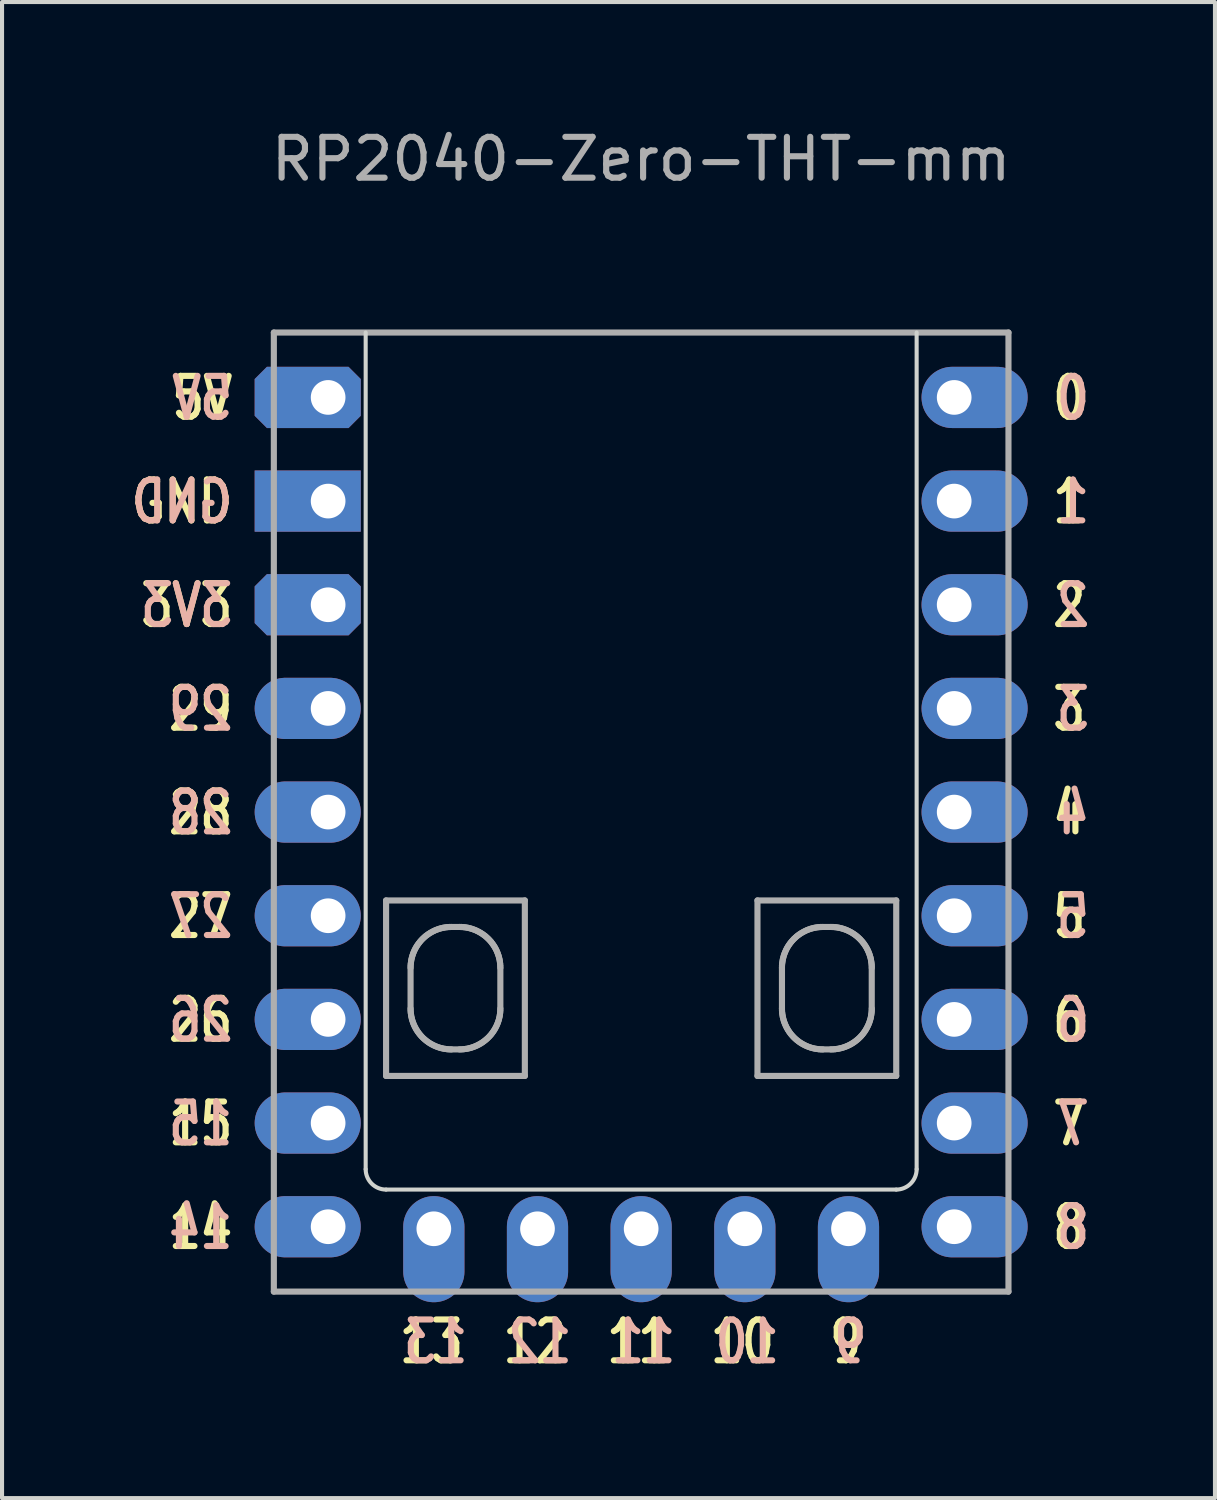
<source format=kicad_pcb>
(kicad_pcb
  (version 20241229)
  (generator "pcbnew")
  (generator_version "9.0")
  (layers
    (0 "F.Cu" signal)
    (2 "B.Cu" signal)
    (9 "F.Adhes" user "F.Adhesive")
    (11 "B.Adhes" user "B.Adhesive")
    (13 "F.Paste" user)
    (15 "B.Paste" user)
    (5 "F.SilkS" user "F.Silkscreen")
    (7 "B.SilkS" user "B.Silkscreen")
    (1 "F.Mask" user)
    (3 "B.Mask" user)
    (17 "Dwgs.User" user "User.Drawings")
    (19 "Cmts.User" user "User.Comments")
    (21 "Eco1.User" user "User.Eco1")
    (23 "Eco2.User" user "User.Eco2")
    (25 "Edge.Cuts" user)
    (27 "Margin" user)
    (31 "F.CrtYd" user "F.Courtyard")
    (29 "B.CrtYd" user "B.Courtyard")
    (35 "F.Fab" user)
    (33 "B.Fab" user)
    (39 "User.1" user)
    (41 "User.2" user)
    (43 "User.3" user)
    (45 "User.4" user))
  (footprint "RP2040-Zero-THT-mm"
    (layer "F.Cu")
    (at 12.66 16.848)
    (property "Reference" "RP2040-Zero-THT-mm" (at 0 -16 0) (layer "F.Fab") (effects (font (size 1 1) (thickness 0.15))))
    (attr through_hole exclude_from_pos_files)
    (fp_line (start -6.75 -11.75) (end -6.75 8.75) (stroke (width 0.1) (type solid)) (layer "Edge.Cuts"))
    (fp_line (start -6.25 9.25) (end 6.25 9.25) (stroke (width 0.1) (type solid)) (layer "Edge.Cuts"))
    (fp_line (start 6.75 8.75) (end 6.75 -11.75) (stroke (width 0.1) (type solid)) (layer "Edge.Cuts"))
    (fp_arc (start -6.25 9.25) (mid -6.603553 9.103553) (end -6.75 8.75) (stroke (width 0.1) (type default)) (layer "Edge.Cuts"))
    (fp_arc (start 6.75 8.75) (mid 6.603553 9.103553) (end 6.25 9.25) (stroke (width 0.1) (type default)) (layer "Edge.Cuts"))
    (fp_line (start -9 -11.75) (end 9 -11.75) (stroke (width 0.15) (type default)) (layer "F.Fab"))
    (fp_line (start -9 11.75) (end -9 -11.75) (stroke (width 0.15) (type default)) (layer "F.Fab"))
    (fp_line (start -9 11.75) (end 9 11.75) (stroke (width 0.15) (type default)) (layer "F.Fab"))
    (fp_line (start -6.25 2.165) (end -2.85 2.165) (stroke (width 0.15) (type default)) (layer "F.Fab"))
    (fp_line (start -6.25 6.465) (end -6.25 2.165) (stroke (width 0.15) (type default)) (layer "F.Fab"))
    (fp_line (start -5.65 3.815) (end -5.649 3.763) (stroke (width 0.15) (type default)) (layer "F.Fab"))
    (fp_line (start -5.65 4.815) (end -5.65 3.815) (stroke (width 0.15) (type default)) (layer "F.Fab"))
    (fp_line (start -5.649 3.763) (end -5.645 3.713) (stroke (width 0.15) (type default)) (layer "F.Fab"))
    (fp_line (start -5.649 4.866) (end -5.65 4.815) (stroke (width 0.15) (type default)) (layer "F.Fab"))
    (fp_line (start -5.645 3.713) (end -5.638 3.663) (stroke (width 0.15) (type default)) (layer "F.Fab"))
    (fp_line (start -5.645 4.917) (end -5.649 4.866) (stroke (width 0.15) (type default)) (layer "F.Fab"))
    (fp_line (start -5.638 3.663) (end -5.63 3.613) (stroke (width 0.15) (type default)) (layer "F.Fab"))
    (fp_line (start -5.638 4.967) (end -5.645 4.917) (stroke (width 0.15) (type default)) (layer "F.Fab"))
    (fp_line (start -5.63 3.613) (end -5.618 3.565) (stroke (width 0.15) (type default)) (layer "F.Fab"))
    (fp_line (start -5.63 5.016) (end -5.638 4.967) (stroke (width 0.15) (type default)) (layer "F.Fab"))
    (fp_line (start -5.618 3.565) (end -5.605 3.518) (stroke (width 0.15) (type default)) (layer "F.Fab"))
    (fp_line (start -5.618 5.065) (end -5.63 5.016) (stroke (width 0.15) (type default)) (layer "F.Fab"))
    (fp_line (start -5.605 3.518) (end -5.589 3.471) (stroke (width 0.15) (type default)) (layer "F.Fab"))
    (fp_line (start -5.605 5.112) (end -5.618 5.065) (stroke (width 0.15) (type default)) (layer "F.Fab"))
    (fp_line (start -5.589 3.471) (end -5.571 3.426) (stroke (width 0.15) (type default)) (layer "F.Fab"))
    (fp_line (start -5.589 5.159) (end -5.605 5.112) (stroke (width 0.15) (type default)) (layer "F.Fab"))
    (fp_line (start -5.571 3.426) (end -5.551 3.381) (stroke (width 0.15) (type default)) (layer "F.Fab"))
    (fp_line (start -5.571 5.204) (end -5.589 5.159) (stroke (width 0.15) (type default)) (layer "F.Fab"))
    (fp_line (start -5.551 3.381) (end -5.529 3.338) (stroke (width 0.15) (type default)) (layer "F.Fab"))
    (fp_line (start -5.551 5.248) (end -5.571 5.204) (stroke (width 0.15) (type default)) (layer "F.Fab"))
    (fp_line (start -5.529 3.338) (end -5.505 3.296) (stroke (width 0.15) (type default)) (layer "F.Fab"))
    (fp_line (start -5.529 5.291) (end -5.551 5.248) (stroke (width 0.15) (type default)) (layer "F.Fab"))
    (fp_line (start -5.505 3.296) (end -5.479 3.256) (stroke (width 0.15) (type default)) (layer "F.Fab"))
    (fp_line (start -5.505 5.333) (end -5.529 5.291) (stroke (width 0.15) (type default)) (layer "F.Fab"))
    (fp_line (start -5.479 3.256) (end -5.451 3.217) (stroke (width 0.15) (type default)) (layer "F.Fab"))
    (fp_line (start -5.479 5.374) (end -5.505 5.333) (stroke (width 0.15) (type default)) (layer "F.Fab"))
    (fp_line (start -5.451 3.217) (end -5.421 3.179) (stroke (width 0.15) (type default)) (layer "F.Fab"))
    (fp_line (start -5.451 5.413) (end -5.479 5.374) (stroke (width 0.15) (type default)) (layer "F.Fab"))
    (fp_line (start -5.421 3.179) (end -5.39 3.143) (stroke (width 0.15) (type default)) (layer "F.Fab"))
    (fp_line (start -5.421 5.451) (end -5.451 5.413) (stroke (width 0.15) (type default)) (layer "F.Fab"))
    (fp_line (start -5.39 3.143) (end -5.357 3.108) (stroke (width 0.15) (type default)) (layer "F.Fab"))
    (fp_line (start -5.39 5.487) (end -5.421 5.451) (stroke (width 0.15) (type default)) (layer "F.Fab"))
    (fp_line (start -5.357 3.108) (end -5.322 3.075) (stroke (width 0.15) (type default)) (layer "F.Fab"))
    (fp_line (start -5.357 5.522) (end -5.39 5.487) (stroke (width 0.15) (type default)) (layer "F.Fab"))
    (fp_line (start -5.322 3.075) (end -5.286 3.043) (stroke (width 0.15) (type default)) (layer "F.Fab"))
    (fp_line (start -5.322 5.555) (end -5.357 5.522) (stroke (width 0.15) (type default)) (layer "F.Fab"))
    (fp_line (start -5.286 3.043) (end -5.248 3.014) (stroke (width 0.15) (type default)) (layer "F.Fab"))
    (fp_line (start -5.286 5.586) (end -5.322 5.555) (stroke (width 0.15) (type default)) (layer "F.Fab"))
    (fp_line (start -5.248 3.014) (end -5.209 2.986) (stroke (width 0.15) (type default)) (layer "F.Fab"))
    (fp_line (start -5.248 5.616) (end -5.286 5.586) (stroke (width 0.15) (type default)) (layer "F.Fab"))
    (fp_line (start -5.209 2.986) (end -5.168 2.96) (stroke (width 0.15) (type default)) (layer "F.Fab"))
    (fp_line (start -5.209 5.644) (end -5.248 5.616) (stroke (width 0.15) (type default)) (layer "F.Fab"))
    (fp_line (start -5.168 2.96) (end -5.126 2.936) (stroke (width 0.15) (type default)) (layer "F.Fab"))
    (fp_line (start -5.168 5.67) (end -5.209 5.644) (stroke (width 0.15) (type default)) (layer "F.Fab"))
    (fp_line (start -5.126 2.936) (end -5.083 2.914) (stroke (width 0.15) (type default)) (layer "F.Fab"))
    (fp_line (start -5.126 5.694) (end -5.168 5.67) (stroke (width 0.15) (type default)) (layer "F.Fab"))
    (fp_line (start -5.083 2.914) (end -5.039 2.893) (stroke (width 0.15) (type default)) (layer "F.Fab"))
    (fp_line (start -5.083 5.716) (end -5.126 5.694) (stroke (width 0.15) (type default)) (layer "F.Fab"))
    (fp_line (start -5.039 2.893) (end -4.994 2.876) (stroke (width 0.15) (type default)) (layer "F.Fab"))
    (fp_line (start -5.039 5.736) (end -5.083 5.716) (stroke (width 0.15) (type default)) (layer "F.Fab"))
    (fp_line (start -4.994 2.876) (end -4.947 2.86) (stroke (width 0.15) (type default)) (layer "F.Fab"))
    (fp_line (start -4.994 5.754) (end -5.039 5.736) (stroke (width 0.15) (type default)) (layer "F.Fab"))
    (fp_line (start -4.947 2.86) (end -4.9 2.846) (stroke (width 0.15) (type default)) (layer "F.Fab"))
    (fp_line (start -4.947 5.77) (end -4.994 5.754) (stroke (width 0.15) (type default)) (layer "F.Fab"))
    (fp_line (start -4.9 2.846) (end -4.851 2.835) (stroke (width 0.15) (type default)) (layer "F.Fab"))
    (fp_line (start -4.9 5.783) (end -4.947 5.77) (stroke (width 0.15) (type default)) (layer "F.Fab"))
    (fp_line (start -4.851 2.835) (end -4.802 2.826) (stroke (width 0.15) (type default)) (layer "F.Fab"))
    (fp_line (start -4.851 5.795) (end -4.9 5.783) (stroke (width 0.15) (type default)) (layer "F.Fab"))
    (fp_line (start -4.802 2.826) (end -4.752 2.82) (stroke (width 0.15) (type default)) (layer "F.Fab"))
    (fp_line (start -4.802 5.803) (end -4.851 5.795) (stroke (width 0.15) (type default)) (layer "F.Fab"))
    (fp_line (start -4.752 2.82) (end -4.701 2.816) (stroke (width 0.15) (type default)) (layer "F.Fab"))
    (fp_line (start -4.752 5.81) (end -4.802 5.803) (stroke (width 0.15) (type default)) (layer "F.Fab"))
    (fp_line (start -4.701 2.816) (end -4.65 2.815) (stroke (width 0.15) (type default)) (layer "F.Fab"))
    (fp_line (start -4.701 5.814) (end -4.752 5.81) (stroke (width 0.15) (type default)) (layer "F.Fab"))
    (fp_line (start -4.65 2.815) (end -4.45 2.815) (stroke (width 0.15) (type default)) (layer "F.Fab"))
    (fp_line (start -4.65 5.815) (end -4.701 5.814) (stroke (width 0.15) (type default)) (layer "F.Fab"))
    (fp_line (start -4.45 2.815) (end -4.399 2.816) (stroke (width 0.15) (type default)) (layer "F.Fab"))
    (fp_line (start -4.45 5.815) (end -4.65 5.815) (stroke (width 0.15) (type default)) (layer "F.Fab"))
    (fp_line (start -4.399 2.816) (end -4.348 2.82) (stroke (width 0.15) (type default)) (layer "F.Fab"))
    (fp_line (start -4.399 5.814) (end -4.45 5.815) (stroke (width 0.15) (type default)) (layer "F.Fab"))
    (fp_line (start -4.348 2.82) (end -4.298 2.826) (stroke (width 0.15) (type default)) (layer "F.Fab"))
    (fp_line (start -4.348 5.81) (end -4.399 5.814) (stroke (width 0.15) (type default)) (layer "F.Fab"))
    (fp_line (start -4.298 2.826) (end -4.248 2.835) (stroke (width 0.15) (type default)) (layer "F.Fab"))
    (fp_line (start -4.298 5.803) (end -4.348 5.81) (stroke (width 0.15) (type default)) (layer "F.Fab"))
    (fp_line (start -4.248 2.835) (end -4.2 2.846) (stroke (width 0.15) (type default)) (layer "F.Fab"))
    (fp_line (start -4.248 5.795) (end -4.298 5.803) (stroke (width 0.15) (type default)) (layer "F.Fab"))
    (fp_line (start -4.2 2.846) (end -4.153 2.86) (stroke (width 0.15) (type default)) (layer "F.Fab"))
    (fp_line (start -4.2 5.783) (end -4.248 5.795) (stroke (width 0.15) (type default)) (layer "F.Fab"))
    (fp_line (start -4.153 2.86) (end -4.106 2.876) (stroke (width 0.15) (type default)) (layer "F.Fab"))
    (fp_line (start -4.153 5.77) (end -4.2 5.783) (stroke (width 0.15) (type default)) (layer "F.Fab"))
    (fp_line (start -4.106 2.876) (end -4.061 2.893) (stroke (width 0.15) (type default)) (layer "F.Fab"))
    (fp_line (start -4.106 5.754) (end -4.153 5.77) (stroke (width 0.15) (type default)) (layer "F.Fab"))
    (fp_line (start -4.061 2.893) (end -4.017 2.914) (stroke (width 0.15) (type default)) (layer "F.Fab"))
    (fp_line (start -4.061 5.736) (end -4.106 5.754) (stroke (width 0.15) (type default)) (layer "F.Fab"))
    (fp_line (start -4.017 2.914) (end -3.974 2.936) (stroke (width 0.15) (type default)) (layer "F.Fab"))
    (fp_line (start -4.017 5.716) (end -4.061 5.736) (stroke (width 0.15) (type default)) (layer "F.Fab"))
    (fp_line (start -3.974 2.936) (end -3.932 2.96) (stroke (width 0.15) (type default)) (layer "F.Fab"))
    (fp_line (start -3.974 5.694) (end -4.017 5.716) (stroke (width 0.15) (type default)) (layer "F.Fab"))
    (fp_line (start -3.932 2.96) (end -3.891 2.986) (stroke (width 0.15) (type default)) (layer "F.Fab"))
    (fp_line (start -3.932 5.67) (end -3.974 5.694) (stroke (width 0.15) (type default)) (layer "F.Fab"))
    (fp_line (start -3.891 2.986) (end -3.852 3.014) (stroke (width 0.15) (type default)) (layer "F.Fab"))
    (fp_line (start -3.891 5.644) (end -3.932 5.67) (stroke (width 0.15) (type default)) (layer "F.Fab"))
    (fp_line (start -3.852 3.014) (end -3.814 3.043) (stroke (width 0.15) (type default)) (layer "F.Fab"))
    (fp_line (start -3.852 5.616) (end -3.891 5.644) (stroke (width 0.15) (type default)) (layer "F.Fab"))
    (fp_line (start -3.814 3.043) (end -3.778 3.075) (stroke (width 0.15) (type default)) (layer "F.Fab"))
    (fp_line (start -3.814 5.586) (end -3.852 5.616) (stroke (width 0.15) (type default)) (layer "F.Fab"))
    (fp_line (start -3.778 3.075) (end -3.743 3.108) (stroke (width 0.15) (type default)) (layer "F.Fab"))
    (fp_line (start -3.778 5.555) (end -3.814 5.586) (stroke (width 0.15) (type default)) (layer "F.Fab"))
    (fp_line (start -3.743 3.108) (end -3.71 3.143) (stroke (width 0.15) (type default)) (layer "F.Fab"))
    (fp_line (start -3.743 5.522) (end -3.778 5.555) (stroke (width 0.15) (type default)) (layer "F.Fab"))
    (fp_line (start -3.71 3.143) (end -3.678 3.179) (stroke (width 0.15) (type default)) (layer "F.Fab"))
    (fp_line (start -3.71 5.487) (end -3.743 5.522) (stroke (width 0.15) (type default)) (layer "F.Fab"))
    (fp_line (start -3.678 3.179) (end -3.649 3.217) (stroke (width 0.15) (type default)) (layer "F.Fab"))
    (fp_line (start -3.678 5.451) (end -3.71 5.487) (stroke (width 0.15) (type default)) (layer "F.Fab"))
    (fp_line (start -3.649 3.217) (end -3.621 3.256) (stroke (width 0.15) (type default)) (layer "F.Fab"))
    (fp_line (start -3.649 5.413) (end -3.678 5.451) (stroke (width 0.15) (type default)) (layer "F.Fab"))
    (fp_line (start -3.621 3.256) (end -3.595 3.296) (stroke (width 0.15) (type default)) (layer "F.Fab"))
    (fp_line (start -3.621 5.374) (end -3.649 5.413) (stroke (width 0.15) (type default)) (layer "F.Fab"))
    (fp_line (start -3.595 3.296) (end -3.571 3.338) (stroke (width 0.15) (type default)) (layer "F.Fab"))
    (fp_line (start -3.595 5.333) (end -3.621 5.374) (stroke (width 0.15) (type default)) (layer "F.Fab"))
    (fp_line (start -3.571 3.338) (end -3.549 3.381) (stroke (width 0.15) (type default)) (layer "F.Fab"))
    (fp_line (start -3.571 5.291) (end -3.595 5.333) (stroke (width 0.15) (type default)) (layer "F.Fab"))
    (fp_line (start -3.549 3.381) (end -3.529 3.426) (stroke (width 0.15) (type default)) (layer "F.Fab"))
    (fp_line (start -3.549 5.248) (end -3.571 5.291) (stroke (width 0.15) (type default)) (layer "F.Fab"))
    (fp_line (start -3.529 3.426) (end -3.511 3.471) (stroke (width 0.15) (type default)) (layer "F.Fab"))
    (fp_line (start -3.529 5.204) (end -3.549 5.248) (stroke (width 0.15) (type default)) (layer "F.Fab"))
    (fp_line (start -3.511 3.471) (end -3.495 3.518) (stroke (width 0.15) (type default)) (layer "F.Fab"))
    (fp_line (start -3.511 5.159) (end -3.529 5.204) (stroke (width 0.15) (type default)) (layer "F.Fab"))
    (fp_line (start -3.495 3.518) (end -3.482 3.565) (stroke (width 0.15) (type default)) (layer "F.Fab"))
    (fp_line (start -3.495 5.112) (end -3.511 5.159) (stroke (width 0.15) (type default)) (layer "F.Fab"))
    (fp_line (start -3.482 3.565) (end -3.47 3.613) (stroke (width 0.15) (type default)) (layer "F.Fab"))
    (fp_line (start -3.482 5.065) (end -3.495 5.112) (stroke (width 0.15) (type default)) (layer "F.Fab"))
    (fp_line (start -3.47 3.613) (end -3.462 3.663) (stroke (width 0.15) (type default)) (layer "F.Fab"))
    (fp_line (start -3.47 5.016) (end -3.482 5.065) (stroke (width 0.15) (type default)) (layer "F.Fab"))
    (fp_line (start -3.462 3.663) (end -3.455 3.713) (stroke (width 0.15) (type default)) (layer "F.Fab"))
    (fp_line (start -3.462 4.967) (end -3.47 5.016) (stroke (width 0.15) (type default)) (layer "F.Fab"))
    (fp_line (start -3.455 3.713) (end -3.451 3.763) (stroke (width 0.15) (type default)) (layer "F.Fab"))
    (fp_line (start -3.455 4.917) (end -3.462 4.967) (stroke (width 0.15) (type default)) (layer "F.Fab"))
    (fp_line (start -3.451 3.763) (end -3.45 3.815) (stroke (width 0.15) (type default)) (layer "F.Fab"))
    (fp_line (start -3.451 4.866) (end -3.455 4.917) (stroke (width 0.15) (type default)) (layer "F.Fab"))
    (fp_line (start -3.45 3.815) (end -3.45 4.815) (stroke (width 0.15) (type default)) (layer "F.Fab"))
    (fp_line (start -3.45 4.815) (end -3.451 4.866) (stroke (width 0.15) (type default)) (layer "F.Fab"))
    (fp_line (start -2.85 2.165) (end -2.85 6.465) (stroke (width 0.15) (type default)) (layer "F.Fab"))
    (fp_line (start -2.85 6.465) (end -6.25 6.465) (stroke (width 0.15) (type default)) (layer "F.Fab"))
    (fp_line (start 2.85 2.165) (end 6.25 2.165) (stroke (width 0.15) (type default)) (layer "F.Fab"))
    (fp_line (start 2.85 6.465) (end 2.85 2.165) (stroke (width 0.15) (type default)) (layer "F.Fab"))
    (fp_line (start 3.45 3.815) (end 3.451 3.763) (stroke (width 0.15) (type default)) (layer "F.Fab"))
    (fp_line (start 3.45 4.815) (end 3.45 3.815) (stroke (width 0.15) (type default)) (layer "F.Fab"))
    (fp_line (start 3.451 3.763) (end 3.455 3.713) (stroke (width 0.15) (type default)) (layer "F.Fab"))
    (fp_line (start 3.451 4.866) (end 3.45 4.815) (stroke (width 0.15) (type default)) (layer "F.Fab"))
    (fp_line (start 3.455 3.713) (end 3.462 3.663) (stroke (width 0.15) (type default)) (layer "F.Fab"))
    (fp_line (start 3.455 4.917) (end 3.451 4.866) (stroke (width 0.15) (type default)) (layer "F.Fab"))
    (fp_line (start 3.462 3.663) (end 3.47 3.613) (stroke (width 0.15) (type default)) (layer "F.Fab"))
    (fp_line (start 3.462 4.967) (end 3.455 4.917) (stroke (width 0.15) (type default)) (layer "F.Fab"))
    (fp_line (start 3.47 3.613) (end 3.482 3.565) (stroke (width 0.15) (type default)) (layer "F.Fab"))
    (fp_line (start 3.47 5.016) (end 3.462 4.967) (stroke (width 0.15) (type default)) (layer "F.Fab"))
    (fp_line (start 3.482 3.565) (end 3.495 3.518) (stroke (width 0.15) (type default)) (layer "F.Fab"))
    (fp_line (start 3.482 5.065) (end 3.47 5.016) (stroke (width 0.15) (type default)) (layer "F.Fab"))
    (fp_line (start 3.495 3.518) (end 3.511 3.471) (stroke (width 0.15) (type default)) (layer "F.Fab"))
    (fp_line (start 3.495 5.112) (end 3.482 5.065) (stroke (width 0.15) (type default)) (layer "F.Fab"))
    (fp_line (start 3.511 3.471) (end 3.529 3.426) (stroke (width 0.15) (type default)) (layer "F.Fab"))
    (fp_line (start 3.511 5.159) (end 3.495 5.112) (stroke (width 0.15) (type default)) (layer "F.Fab"))
    (fp_line (start 3.529 3.426) (end 3.549 3.381) (stroke (width 0.15) (type default)) (layer "F.Fab"))
    (fp_line (start 3.529 5.204) (end 3.511 5.159) (stroke (width 0.15) (type default)) (layer "F.Fab"))
    (fp_line (start 3.549 3.381) (end 3.571 3.338) (stroke (width 0.15) (type default)) (layer "F.Fab"))
    (fp_line (start 3.549 5.248) (end 3.529 5.204) (stroke (width 0.15) (type default)) (layer "F.Fab"))
    (fp_line (start 3.571 3.338) (end 3.595 3.296) (stroke (width 0.15) (type default)) (layer "F.Fab"))
    (fp_line (start 3.571 5.291) (end 3.549 5.248) (stroke (width 0.15) (type default)) (layer "F.Fab"))
    (fp_line (start 3.595 3.296) (end 3.621 3.256) (stroke (width 0.15) (type default)) (layer "F.Fab"))
    (fp_line (start 3.595 5.333) (end 3.571 5.291) (stroke (width 0.15) (type default)) (layer "F.Fab"))
    (fp_line (start 3.621 3.256) (end 3.649 3.217) (stroke (width 0.15) (type default)) (layer "F.Fab"))
    (fp_line (start 3.621 5.374) (end 3.595 5.333) (stroke (width 0.15) (type default)) (layer "F.Fab"))
    (fp_line (start 3.649 3.217) (end 3.679 3.179) (stroke (width 0.15) (type default)) (layer "F.Fab"))
    (fp_line (start 3.649 5.413) (end 3.621 5.374) (stroke (width 0.15) (type default)) (layer "F.Fab"))
    (fp_line (start 3.679 3.179) (end 3.71 3.143) (stroke (width 0.15) (type default)) (layer "F.Fab"))
    (fp_line (start 3.679 5.451) (end 3.649 5.413) (stroke (width 0.15) (type default)) (layer "F.Fab"))
    (fp_line (start 3.71 3.143) (end 3.743 3.108) (stroke (width 0.15) (type default)) (layer "F.Fab"))
    (fp_line (start 3.71 5.487) (end 3.679 5.451) (stroke (width 0.15) (type default)) (layer "F.Fab"))
    (fp_line (start 3.743 3.108) (end 3.778 3.075) (stroke (width 0.15) (type default)) (layer "F.Fab"))
    (fp_line (start 3.743 5.522) (end 3.71 5.487) (stroke (width 0.15) (type default)) (layer "F.Fab"))
    (fp_line (start 3.778 3.075) (end 3.814 3.043) (stroke (width 0.15) (type default)) (layer "F.Fab"))
    (fp_line (start 3.778 5.555) (end 3.743 5.522) (stroke (width 0.15) (type default)) (layer "F.Fab"))
    (fp_line (start 3.814 3.043) (end 3.852 3.014) (stroke (width 0.15) (type default)) (layer "F.Fab"))
    (fp_line (start 3.814 5.586) (end 3.778 5.555) (stroke (width 0.15) (type default)) (layer "F.Fab"))
    (fp_line (start 3.852 3.014) (end 3.891 2.986) (stroke (width 0.15) (type default)) (layer "F.Fab"))
    (fp_line (start 3.852 5.616) (end 3.814 5.586) (stroke (width 0.15) (type default)) (layer "F.Fab"))
    (fp_line (start 3.891 2.986) (end 3.932 2.96) (stroke (width 0.15) (type default)) (layer "F.Fab"))
    (fp_line (start 3.891 5.644) (end 3.852 5.616) (stroke (width 0.15) (type default)) (layer "F.Fab"))
    (fp_line (start 3.932 2.96) (end 3.974 2.936) (stroke (width 0.15) (type default)) (layer "F.Fab"))
    (fp_line (start 3.932 5.67) (end 3.891 5.644) (stroke (width 0.15) (type default)) (layer "F.Fab"))
    (fp_line (start 3.974 2.936) (end 4.017 2.914) (stroke (width 0.15) (type default)) (layer "F.Fab"))
    (fp_line (start 3.974 5.694) (end 3.932 5.67) (stroke (width 0.15) (type default)) (layer "F.Fab"))
    (fp_line (start 4.017 2.914) (end 4.061 2.893) (stroke (width 0.15) (type default)) (layer "F.Fab"))
    (fp_line (start 4.017 5.716) (end 3.974 5.694) (stroke (width 0.15) (type default)) (layer "F.Fab"))
    (fp_line (start 4.061 2.893) (end 4.106 2.876) (stroke (width 0.15) (type default)) (layer "F.Fab"))
    (fp_line (start 4.061 5.736) (end 4.017 5.716) (stroke (width 0.15) (type default)) (layer "F.Fab"))
    (fp_line (start 4.106 2.876) (end 4.153 2.86) (stroke (width 0.15) (type default)) (layer "F.Fab"))
    (fp_line (start 4.106 5.754) (end 4.061 5.736) (stroke (width 0.15) (type default)) (layer "F.Fab"))
    (fp_line (start 4.153 2.86) (end 4.2 2.846) (stroke (width 0.15) (type default)) (layer "F.Fab"))
    (fp_line (start 4.153 5.77) (end 4.106 5.754) (stroke (width 0.15) (type default)) (layer "F.Fab"))
    (fp_line (start 4.2 2.846) (end 4.249 2.835) (stroke (width 0.15) (type default)) (layer "F.Fab"))
    (fp_line (start 4.2 5.783) (end 4.153 5.77) (stroke (width 0.15) (type default)) (layer "F.Fab"))
    (fp_line (start 4.249 2.835) (end 4.298 2.826) (stroke (width 0.15) (type default)) (layer "F.Fab"))
    (fp_line (start 4.249 5.795) (end 4.2 5.783) (stroke (width 0.15) (type default)) (layer "F.Fab"))
    (fp_line (start 4.298 2.826) (end 4.348 2.82) (stroke (width 0.15) (type default)) (layer "F.Fab"))
    (fp_line (start 4.298 5.803) (end 4.249 5.795) (stroke (width 0.15) (type default)) (layer "F.Fab"))
    (fp_line (start 4.348 2.82) (end 4.399 2.816) (stroke (width 0.15) (type default)) (layer "F.Fab"))
    (fp_line (start 4.348 5.81) (end 4.298 5.803) (stroke (width 0.15) (type default)) (layer "F.Fab"))
    (fp_line (start 4.399 2.816) (end 4.45 2.815) (stroke (width 0.15) (type default)) (layer "F.Fab"))
    (fp_line (start 4.399 5.814) (end 4.348 5.81) (stroke (width 0.15) (type default)) (layer "F.Fab"))
    (fp_line (start 4.45 2.815) (end 4.65 2.815) (stroke (width 0.15) (type default)) (layer "F.Fab"))
    (fp_line (start 4.45 5.815) (end 4.399 5.814) (stroke (width 0.15) (type default)) (layer "F.Fab"))
    (fp_line (start 4.65 2.815) (end 4.702 2.816) (stroke (width 0.15) (type default)) (layer "F.Fab"))
    (fp_line (start 4.65 5.815) (end 4.45 5.815) (stroke (width 0.15) (type default)) (layer "F.Fab"))
    (fp_line (start 4.702 2.816) (end 4.752 2.82) (stroke (width 0.15) (type default)) (layer "F.Fab"))
    (fp_line (start 4.702 5.814) (end 4.65 5.815) (stroke (width 0.15) (type default)) (layer "F.Fab"))
    (fp_line (start 4.752 2.82) (end 4.802 2.826) (stroke (width 0.15) (type default)) (layer "F.Fab"))
    (fp_line (start 4.752 5.81) (end 4.702 5.814) (stroke (width 0.15) (type default)) (layer "F.Fab"))
    (fp_line (start 4.802 2.826) (end 4.851 2.835) (stroke (width 0.15) (type default)) (layer "F.Fab"))
    (fp_line (start 4.802 5.803) (end 4.752 5.81) (stroke (width 0.15) (type default)) (layer "F.Fab"))
    (fp_line (start 4.851 2.835) (end 4.9 2.846) (stroke (width 0.15) (type default)) (layer "F.Fab"))
    (fp_line (start 4.851 5.795) (end 4.802 5.803) (stroke (width 0.15) (type default)) (layer "F.Fab"))
    (fp_line (start 4.9 2.846) (end 4.947 2.86) (stroke (width 0.15) (type default)) (layer "F.Fab"))
    (fp_line (start 4.9 5.783) (end 4.851 5.795) (stroke (width 0.15) (type default)) (layer "F.Fab"))
    (fp_line (start 4.947 2.86) (end 4.994 2.876) (stroke (width 0.15) (type default)) (layer "F.Fab"))
    (fp_line (start 4.947 5.77) (end 4.9 5.783) (stroke (width 0.15) (type default)) (layer "F.Fab"))
    (fp_line (start 4.994 2.876) (end 5.039 2.893) (stroke (width 0.15) (type default)) (layer "F.Fab"))
    (fp_line (start 4.994 5.754) (end 4.947 5.77) (stroke (width 0.15) (type default)) (layer "F.Fab"))
    (fp_line (start 5.039 2.893) (end 5.083 2.914) (stroke (width 0.15) (type default)) (layer "F.Fab"))
    (fp_line (start 5.039 5.736) (end 4.994 5.754) (stroke (width 0.15) (type default)) (layer "F.Fab"))
    (fp_line (start 5.083 2.914) (end 5.127 2.936) (stroke (width 0.15) (type default)) (layer "F.Fab"))
    (fp_line (start 5.083 5.716) (end 5.039 5.736) (stroke (width 0.15) (type default)) (layer "F.Fab"))
    (fp_line (start 5.127 2.936) (end 5.168 2.96) (stroke (width 0.15) (type default)) (layer "F.Fab"))
    (fp_line (start 5.127 5.694) (end 5.083 5.716) (stroke (width 0.15) (type default)) (layer "F.Fab"))
    (fp_line (start 5.168 2.96) (end 5.209 2.986) (stroke (width 0.15) (type default)) (layer "F.Fab"))
    (fp_line (start 5.168 5.67) (end 5.127 5.694) (stroke (width 0.15) (type default)) (layer "F.Fab"))
    (fp_line (start 5.209 2.986) (end 5.248 3.014) (stroke (width 0.15) (type default)) (layer "F.Fab"))
    (fp_line (start 5.209 5.644) (end 5.168 5.67) (stroke (width 0.15) (type default)) (layer "F.Fab"))
    (fp_line (start 5.248 3.014) (end 5.286 3.043) (stroke (width 0.15) (type default)) (layer "F.Fab"))
    (fp_line (start 5.248 5.616) (end 5.209 5.644) (stroke (width 0.15) (type default)) (layer "F.Fab"))
    (fp_line (start 5.286 3.043) (end 5.322 3.075) (stroke (width 0.15) (type default)) (layer "F.Fab"))
    (fp_line (start 5.286 5.586) (end 5.248 5.616) (stroke (width 0.15) (type default)) (layer "F.Fab"))
    (fp_line (start 5.322 3.075) (end 5.357 3.108) (stroke (width 0.15) (type default)) (layer "F.Fab"))
    (fp_line (start 5.322 5.555) (end 5.286 5.586) (stroke (width 0.15) (type default)) (layer "F.Fab"))
    (fp_line (start 5.357 3.108) (end 5.39 3.143) (stroke (width 0.15) (type default)) (layer "F.Fab"))
    (fp_line (start 5.357 5.522) (end 5.322 5.555) (stroke (width 0.15) (type default)) (layer "F.Fab"))
    (fp_line (start 5.39 3.143) (end 5.422 3.179) (stroke (width 0.15) (type default)) (layer "F.Fab"))
    (fp_line (start 5.39 5.487) (end 5.357 5.522) (stroke (width 0.15) (type default)) (layer "F.Fab"))
    (fp_line (start 5.422 3.179) (end 5.451 3.217) (stroke (width 0.15) (type default)) (layer "F.Fab"))
    (fp_line (start 5.422 5.451) (end 5.39 5.487) (stroke (width 0.15) (type default)) (layer "F.Fab"))
    (fp_line (start 5.451 3.217) (end 5.479 3.256) (stroke (width 0.15) (type default)) (layer "F.Fab"))
    (fp_line (start 5.451 5.413) (end 5.422 5.451) (stroke (width 0.15) (type default)) (layer "F.Fab"))
    (fp_line (start 5.479 3.256) (end 5.505 3.296) (stroke (width 0.15) (type default)) (layer "F.Fab"))
    (fp_line (start 5.479 5.374) (end 5.451 5.413) (stroke (width 0.15) (type default)) (layer "F.Fab"))
    (fp_line (start 5.505 3.296) (end 5.529 3.338) (stroke (width 0.15) (type default)) (layer "F.Fab"))
    (fp_line (start 5.505 5.333) (end 5.479 5.374) (stroke (width 0.15) (type default)) (layer "F.Fab"))
    (fp_line (start 5.529 3.338) (end 5.551 3.381) (stroke (width 0.15) (type default)) (layer "F.Fab"))
    (fp_line (start 5.529 5.291) (end 5.505 5.333) (stroke (width 0.15) (type default)) (layer "F.Fab"))
    (fp_line (start 5.551 3.381) (end 5.571 3.426) (stroke (width 0.15) (type default)) (layer "F.Fab"))
    (fp_line (start 5.551 5.248) (end 5.529 5.291) (stroke (width 0.15) (type default)) (layer "F.Fab"))
    (fp_line (start 5.571 3.426) (end 5.589 3.471) (stroke (width 0.15) (type default)) (layer "F.Fab"))
    (fp_line (start 5.571 5.204) (end 5.551 5.248) (stroke (width 0.15) (type default)) (layer "F.Fab"))
    (fp_line (start 5.589 3.471) (end 5.605 3.518) (stroke (width 0.15) (type default)) (layer "F.Fab"))
    (fp_line (start 5.589 5.159) (end 5.571 5.204) (stroke (width 0.15) (type default)) (layer "F.Fab"))
    (fp_line (start 5.605 3.518) (end 5.619 3.565) (stroke (width 0.15) (type default)) (layer "F.Fab"))
    (fp_line (start 5.605 5.112) (end 5.589 5.159) (stroke (width 0.15) (type default)) (layer "F.Fab"))
    (fp_line (start 5.619 3.565) (end 5.63 3.613) (stroke (width 0.15) (type default)) (layer "F.Fab"))
    (fp_line (start 5.619 5.065) (end 5.605 5.112) (stroke (width 0.15) (type default)) (layer "F.Fab"))
    (fp_line (start 5.63 3.613) (end 5.638 3.663) (stroke (width 0.15) (type default)) (layer "F.Fab"))
    (fp_line (start 5.63 5.016) (end 5.619 5.065) (stroke (width 0.15) (type default)) (layer "F.Fab"))
    (fp_line (start 5.638 3.663) (end 5.645 3.713) (stroke (width 0.15) (type default)) (layer "F.Fab"))
    (fp_line (start 5.638 4.967) (end 5.63 5.016) (stroke (width 0.15) (type default)) (layer "F.Fab"))
    (fp_line (start 5.645 3.713) (end 5.649 3.763) (stroke (width 0.15) (type default)) (layer "F.Fab"))
    (fp_line (start 5.645 4.917) (end 5.638 4.967) (stroke (width 0.15) (type default)) (layer "F.Fab"))
    (fp_line (start 5.649 3.763) (end 5.65 3.815) (stroke (width 0.15) (type default)) (layer "F.Fab"))
    (fp_line (start 5.649 4.866) (end 5.645 4.917) (stroke (width 0.15) (type default)) (layer "F.Fab"))
    (fp_line (start 5.65 3.815) (end 5.65 4.815) (stroke (width 0.15) (type default)) (layer "F.Fab"))
    (fp_line (start 5.65 4.815) (end 5.649 4.866) (stroke (width 0.15) (type default)) (layer "F.Fab"))
    (fp_line (start 6.25 2.165) (end 6.25 6.465) (stroke (width 0.15) (type default)) (layer "F.Fab"))
    (fp_line (start 6.25 6.465) (end 2.85 6.465) (stroke (width 0.15) (type default)) (layer "F.Fab"))
    (fp_line (start 9 11.75) (end 9 -11.75) (stroke (width 0.15) (type default)) (layer "F.Fab"))
    (fp_text user "4" (at 10.008 0.602 0) (unlocked yes) (layer "F.SilkS") (effects (font (size 1 0.8) (thickness 0.15)) (justify left bottom)))
    (fp_text user "15" (at -9.932 8.222 0) (unlocked yes) (layer "F.SilkS") (effects (font (size 1 0.8) (thickness 0.15)) (justify right bottom)))
    (fp_text user "GND" (at -9.932 -7.018 0) (unlocked yes) (layer "F.SilkS") (effects (font (size 1 0.8) (thickness 0.15)) (justify right bottom)))
    (fp_text user "14" (at -9.932 10.762 0) (unlocked yes) (layer "F.SilkS") (effects (font (size 1 0.8) (thickness 0.15)) (justify right bottom)))
    (fp_text user "12" (at -3.46 13.563 0) (unlocked yes) (layer "F.SilkS") (effects (font (size 1 0.8) (thickness 0.15)) (justify left bottom)))
    (fp_text user "1" (at 10.008 -7.018 0) (unlocked yes) (layer "F.SilkS") (effects (font (size 1 0.8) (thickness 0.15)) (justify left bottom)))
    (fp_text user "9" (at 4.541 13.563 0) (unlocked yes) (layer "F.SilkS") (effects (font (size 1 0.8) (thickness 0.15)) (justify left bottom)))
    (fp_text user "3" (at 10.008 -1.938 0) (unlocked yes) (layer "F.SilkS") (effects (font (size 1 0.8) (thickness 0.15)) (justify left bottom)))
    (fp_text user "28" (at -9.932 0.602 0) (unlocked yes) (layer "F.SilkS") (effects (font (size 1 0.8) (thickness 0.15)) (justify right bottom)))
    (fp_text user "6" (at 10.008 5.682 0) (unlocked yes) (layer "F.SilkS") (effects (font (size 1 0.8) (thickness 0.15)) (justify left bottom)))
    (fp_text user "7" (at 10.008 8.222 0) (unlocked yes) (layer "F.SilkS") (effects (font (size 1 0.8) (thickness 0.15)) (justify left bottom)))
    (fp_text user "26" (at -9.932 5.682 0) (unlocked yes) (layer "F.SilkS") (effects (font (size 1 0.8) (thickness 0.15)) (justify right bottom)))
    (fp_text user "5V" (at -9.932 -9.558 0) (unlocked yes) (layer "F.SilkS") (effects (font (size 1 0.8) (thickness 0.15)) (justify right bottom)))
    (fp_text user "5" (at 10.008 3.142 0) (unlocked yes) (layer "F.SilkS") (effects (font (size 1 0.8) (thickness 0.15)) (justify left bottom)))
    (fp_text user "0" (at 10.008 -9.558 0) (unlocked yes) (layer "F.SilkS") (effects (font (size 1 0.8) (thickness 0.15)) (justify left bottom)))
    (fp_text user "27" (at -9.932 3.142 0) (unlocked yes) (layer "F.SilkS") (effects (font (size 1 0.8) (thickness 0.15)) (justify right bottom)))
    (fp_text user "2" (at 10.008 -4.478 0) (unlocked yes) (layer "F.SilkS") (effects (font (size 1 0.8) (thickness 0.15)) (justify left bottom)))
    (fp_text user "10" (at 1.62 13.563 0) (unlocked yes) (layer "F.SilkS") (effects (font (size 1 0.8) (thickness 0.15)) (justify left bottom)))
    (fp_text user "11" (at -0.92 13.563 0) (unlocked yes) (layer "F.SilkS") (effects (font (size 1 0.8) (thickness 0.15)) (justify left bottom)))
    (fp_text user "29" (at -9.932 -1.938 0) (unlocked yes) (layer "F.SilkS") (effects (font (size 1 0.8) (thickness 0.15)) (justify right bottom)))
    (fp_text user "8" (at 10.008 10.762 0) (unlocked yes) (layer "F.SilkS") (effects (font (size 1 0.8) (thickness 0.15)) (justify left bottom)))
    (fp_text user "13" (at -6 13.563 0) (unlocked yes) (layer "F.SilkS") (effects (font (size 1 0.8) (thickness 0.15)) (justify left bottom)))
    (fp_text user "3V3" (at -9.932 -4.478 0) (unlocked yes) (layer "F.SilkS") (effects (font (size 1 0.8) (thickness 0.15)) (justify right bottom)))
    (fp_text user "10" (at 3.46 13.563 0) (unlocked yes) (layer "B.SilkS") (effects (font (size 1 0.8) (thickness 0.15)) (justify left bottom mirror)))
    (fp_text user "4" (at 11.06 0.602 0) (unlocked yes) (layer "B.SilkS") (effects (font (size 1 0.8) (thickness 0.15)) (justify left bottom mirror)))
    (fp_text user "15" (at -9.932 8.222 0) (unlocked yes) (layer "B.SilkS") (effects (font (size 1 0.8) (thickness 0.15)) (justify left bottom mirror)))
    (fp_text user "2" (at 11.06 -4.478 0) (unlocked yes) (layer "B.SilkS") (effects (font (size 1 0.8) (thickness 0.15)) (justify left bottom mirror)))
    (fp_text user "8" (at 11.06 10.762 0) (unlocked yes) (layer "B.SilkS") (effects (font (size 1 0.8) (thickness 0.15)) (justify left bottom mirror)))
    (fp_text user "0" (at 11.06 -9.558 0) (unlocked yes) (layer "B.SilkS") (effects (font (size 1 0.8) (thickness 0.15)) (justify left bottom mirror)))
    (fp_text user "27" (at -9.932 3.142 0) (unlocked yes) (layer "B.SilkS") (effects (font (size 1 0.8) (thickness 0.15)) (justify left bottom mirror)))
    (fp_text user "5" (at 11.06 3.142 0) (unlocked yes) (layer "B.SilkS") (effects (font (size 1 0.8) (thickness 0.15)) (justify left bottom mirror)))
    (fp_text user "GND" (at -9.932 -7.018 0) (unlocked yes) (layer "B.SilkS") (effects (font (size 1 0.8) (thickness 0.15)) (justify left bottom mirror)))
    (fp_text user "28" (at -9.932 0.602 0) (unlocked yes) (layer "B.SilkS") (effects (font (size 1 0.8) (thickness 0.15)) (justify left bottom mirror)))
    (fp_text user "12" (at -1.62 13.563 0) (unlocked yes) (layer "B.SilkS") (effects (font (size 1 0.8) (thickness 0.15)) (justify left bottom mirror)))
    (fp_text user "3V3" (at -9.932 -4.478 0) (unlocked yes) (layer "B.SilkS") (effects (font (size 1 0.8) (thickness 0.15)) (justify left bottom mirror)))
    (fp_text user "7" (at 11.06 8.222 0) (unlocked yes) (layer "B.SilkS") (effects (font (size 1 0.8) (thickness 0.15)) (justify left bottom mirror)))
    (fp_text user "13" (at -4.173 13.563 0) (unlocked yes) (layer "B.SilkS") (effects (font (size 1 0.8) (thickness 0.15)) (justify left bottom mirror)))
    (fp_text user "11" (at 0.92 13.563 0) (unlocked yes) (layer "B.SilkS") (effects (font (size 1 0.8) (thickness 0.15)) (justify left bottom mirror)))
    (fp_text user "1" (at 11.06 -7.018 0) (unlocked yes) (layer "B.SilkS") (effects (font (size 1 0.8) (thickness 0.15)) (justify left bottom mirror)))
    (fp_text user "6" (at 11.06 5.682 0) (unlocked yes) (layer "B.SilkS") (effects (font (size 1 0.8) (thickness 0.15)) (justify left bottom mirror)))
    (fp_text user "14" (at -9.932 10.762 0) (unlocked yes) (layer "B.SilkS") (effects (font (size 1 0.8) (thickness 0.15)) (justify left bottom mirror)))
    (fp_text user "9" (at 5.606 13.563 0) (unlocked yes) (layer "B.SilkS") (effects (font (size 1 0.8) (thickness 0.15)) (justify left bottom mirror)))
    (fp_text user "29" (at -9.932 -1.938 0) (unlocked yes) (layer "B.SilkS") (effects (font (size 1 0.8) (thickness 0.15)) (justify left bottom mirror)))
    (fp_text user "26" (at -9.932 5.682 0) (unlocked yes) (layer "B.SilkS") (effects (font (size 1 0.8) (thickness 0.15)) (justify left bottom mirror)))
    (fp_text user "5V" (at -9.932 -9.558 0) (unlocked yes) (layer "B.SilkS") (effects (font (size 1 0.8) (thickness 0.15)) (justify left bottom mirror)))
    (fp_text user "3" (at 11.06 -1.938 0) (unlocked yes) (layer "B.SilkS") (effects (font (size 1 0.8) (thickness 0.15)) (justify left bottom mirror)))
    (pad "0" thru_hole oval (at 7.67 -10.16 180) (size 2.6 1.5) (drill 0.85 (offset -0.5 0)) (layers "*.Cu" "*.Mask"))
    (pad "1" thru_hole oval (at 7.67 -7.62 180) (size 2.6 1.5) (drill 0.85 (offset -0.5 0)) (layers "*.Cu" "*.Mask"))
    (pad "2" thru_hole oval (at 7.67 -5.08 180) (size 2.6 1.5) (drill 0.85 (offset -0.5 0)) (layers "*.Cu" "*.Mask"))
    (pad "3" thru_hole oval (at 7.67 -2.54 180) (size 2.6 1.5) (drill 0.85 (offset -0.5 0)) (layers "*.Cu" "*.Mask"))
    (pad "4" thru_hole oval (at 7.67 0 180) (size 2.6 1.5) (drill 0.85 (offset -0.5 0)) (layers "*.Cu" "*.Mask"))
    (pad "5" thru_hole oval (at 7.67 2.54 180) (size 2.6 1.5) (drill 0.85 (offset -0.5 0)) (layers "*.Cu" "*.Mask"))
    (pad "6" thru_hole oval (at 7.67 5.08 180) (size 2.6 1.5) (drill 0.85 (offset -0.5 0)) (layers "*.Cu" "*.Mask"))
    (pad "7" thru_hole oval (at 7.67 7.62 180) (size 2.6 1.5) (drill 0.85 (offset -0.5 0)) (layers "*.Cu" "*.Mask"))
    (pad "8" thru_hole oval (at 7.67 10.16 180) (size 2.6 1.5) (drill 0.85 (offset -0.5 0)) (layers "*.Cu" "*.Mask"))
    (pad "9" thru_hole oval (at 5.08 10.21 90) (size 2.6 1.5) (drill 0.85 (offset -0.5 0)) (layers "*.Cu" "*.Mask"))
    (pad "10" thru_hole oval (at 2.54 10.21 90) (size 2.6 1.5) (drill 0.85 (offset -0.5 0)) (layers "*.Cu" "*.Mask"))
    (pad "11" thru_hole oval (at 0 10.21 90) (size 2.6 1.5) (drill 0.85 (offset -0.5 0)) (layers "*.Cu" "*.Mask"))
    (pad "12" thru_hole oval (at -2.54 10.21 90) (size 2.6 1.5) (drill 0.85 (offset -0.5 0)) (layers "*.Cu" "*.Mask"))
    (pad "13" thru_hole oval (at -5.08 10.21 90) (size 2.6 1.5) (drill 0.85 (offset -0.5 0)) (layers "*.Cu" "*.Mask"))
    (pad "14" thru_hole oval (at -7.67 10.16) (size 2.6 1.5) (drill 0.85 (offset -0.5 0)) (layers "*.Cu" "*.Mask"))
    (pad "15" thru_hole oval (at -7.67 7.62) (size 2.6 1.5) (drill 0.85 (offset -0.5 0)) (layers "*.Cu" "*.Mask"))
    (pad "26" thru_hole oval (at -7.67 5.08) (size 2.6 1.5) (drill 0.85 (offset -0.5 0)) (layers "*.Cu" "*.Mask"))
    (pad "27" thru_hole oval (at -7.67 2.54) (size 2.6 1.5) (drill 0.85 (offset -0.5 0)) (layers "*.Cu" "*.Mask"))
    (pad "28" thru_hole oval (at -7.67 0) (size 2.6 1.5) (drill 0.85 (offset -0.5 0)) (layers "*.Cu" "*.Mask"))
    (pad "29" thru_hole oval (at -7.67 -2.54) (size 2.6 1.5) (drill 0.85 (offset -0.5 0)) (layers "*.Cu" "*.Mask"))
    (pad "30" thru_hole roundrect (at -7.67 -5.08) (size 2.6 1.5) (drill 0.85 (offset -0.5 0)) (layers "*.Cu" "*.Mask") (roundrect_rratio 0) (chamfer_ratio 0.2) (chamfer top_left top_right bottom_left bottom_right))
    (pad "31" thru_hole rect (at -7.67 -7.62) (size 2.6 1.5) (drill 0.85 (offset -0.5 0)) (layers "*.Cu" "*.Mask"))
    (pad "32" thru_hole roundrect (at -7.67 -10.16) (size 2.6 1.5) (drill 0.85 (offset -0.5 0)) (layers "*.Cu" "*.Mask") (roundrect_rratio 0) (chamfer_ratio 0.2) (chamfer top_left top_right bottom_left bottom_right)))
  (gr_rect
    (start -3 -3)
    (end 26.72 33.658)
    (stroke (width 0.1) (type default))
    (fill no)
    (layer "Edge.Cuts")))
</source>
